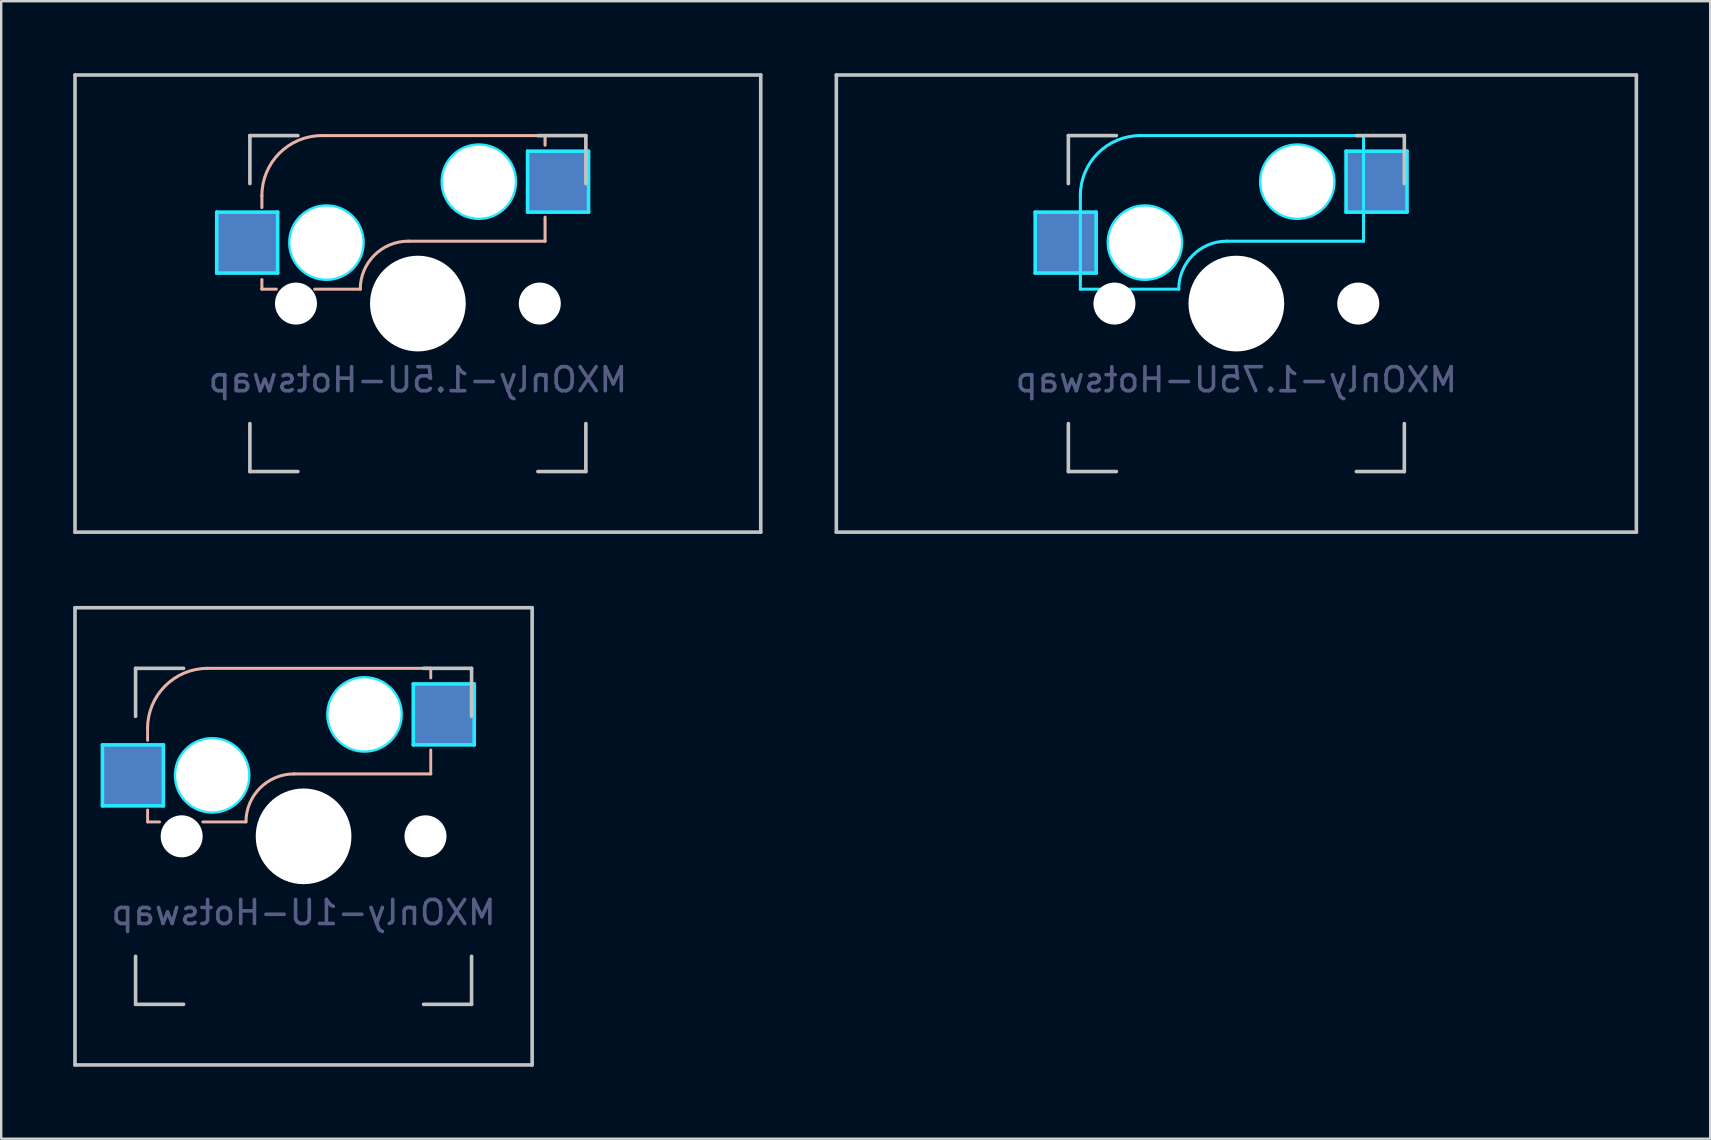
<source format=kicad_pcb>
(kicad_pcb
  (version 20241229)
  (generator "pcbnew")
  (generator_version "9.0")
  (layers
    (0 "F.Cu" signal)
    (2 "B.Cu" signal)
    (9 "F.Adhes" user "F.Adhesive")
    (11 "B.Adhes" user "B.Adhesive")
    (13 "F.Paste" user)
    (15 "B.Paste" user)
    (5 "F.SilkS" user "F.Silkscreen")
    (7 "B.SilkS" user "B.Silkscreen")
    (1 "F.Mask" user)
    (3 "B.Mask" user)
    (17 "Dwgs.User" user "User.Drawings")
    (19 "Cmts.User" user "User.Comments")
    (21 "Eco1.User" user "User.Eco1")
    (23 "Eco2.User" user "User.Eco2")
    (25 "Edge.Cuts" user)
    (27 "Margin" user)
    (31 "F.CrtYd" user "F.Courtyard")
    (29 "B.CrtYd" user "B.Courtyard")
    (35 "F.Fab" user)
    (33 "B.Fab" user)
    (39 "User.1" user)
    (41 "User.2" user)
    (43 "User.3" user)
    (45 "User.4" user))
  (footprint "MXOnly-1.5U-Hotswap"
    (layer "F.Cu")
    (at 14.363 9.6)
    (property "Reference" "MXOnly-1.5U-Hotswap" (at 0 3.175 0) (layer "B.Fab") (effects (font (size 1 1) (thickness 0.15)) (justify mirror)))
    (attr smd)
    (fp_line (start -6.5 -4.5) (end -6.5 -4) (stroke (width 0.127) (type solid)) (layer "B.SilkS"))
    (fp_line (start -6.5 -1) (end -6.5 -0.6) (stroke (width 0.127) (type solid)) (layer "B.SilkS"))
    (fp_line (start -6.5 -0.6) (end -5.9 -0.6) (stroke (width 0.127) (type solid)) (layer "B.SilkS"))
    (fp_line (start -4.3 -0.6) (end -2.4 -0.6) (stroke (width 0.127) (type solid)) (layer "B.SilkS"))
    (fp_line (start -0.4 -2.6) (end 5.3 -2.6) (stroke (width 0.127) (type solid)) (layer "B.SilkS"))
    (fp_line (start 5.3 -7) (end -4 -7) (stroke (width 0.127) (type solid)) (layer "B.SilkS"))
    (fp_line (start 5.3 -7) (end 5.3 -6.6) (stroke (width 0.127) (type solid)) (layer "B.SilkS"))
    (fp_line (start 5.3 -3.6) (end 5.3 -2.6) (stroke (width 0.127) (type solid)) (layer "B.SilkS"))
    (fp_arc (start -6.5 -4.5) (mid -5.767767 -6.267767) (end -4 -7) (stroke (width 0.127) (type solid)) (layer "B.SilkS"))
    (fp_arc (start -2.4 -0.6) (mid -1.814214 -2.014214) (end -0.4 -2.6) (stroke (width 0.127) (type solid)) (layer "B.SilkS"))
    (fp_line (start -14.287 -9.525) (end 14.287 -9.525) (stroke (width 0.15) (type solid)) (layer "Dwgs.User"))
    (fp_line (start -14.287 9.525) (end -14.287 -9.525) (stroke (width 0.15) (type solid)) (layer "Dwgs.User"))
    (fp_line (start -7 -7) (end -7 -5) (stroke (width 0.15) (type solid)) (layer "Dwgs.User"))
    (fp_line (start -7 5) (end -7 7) (stroke (width 0.15) (type solid)) (layer "Dwgs.User"))
    (fp_line (start -7 7) (end -5 7) (stroke (width 0.15) (type solid)) (layer "Dwgs.User"))
    (fp_line (start -5 -7) (end -7 -7) (stroke (width 0.15) (type solid)) (layer "Dwgs.User"))
    (fp_line (start 5 -7) (end 7 -7) (stroke (width 0.15) (type solid)) (layer "Dwgs.User"))
    (fp_line (start 5 7) (end 7 7) (stroke (width 0.15) (type solid)) (layer "Dwgs.User"))
    (fp_line (start 7 -7) (end 7 -5) (stroke (width 0.15) (type solid)) (layer "Dwgs.User"))
    (fp_line (start 7 7) (end 7 5) (stroke (width 0.15) (type solid)) (layer "Dwgs.User"))
    (fp_line (start 14.287 -9.525) (end 14.287 9.525) (stroke (width 0.15) (type solid)) (layer "Dwgs.User"))
    (fp_line (start 14.287 9.525) (end -14.287 9.525) (stroke (width 0.15) (type solid)) (layer "Dwgs.User"))
    (fp_line (start -8.382 -3.81) (end -5.842 -3.81) (stroke (width 0.15) (type solid)) (layer "B.CrtYd"))
    (fp_line (start -8.382 -1.27) (end -8.382 -3.81) (stroke (width 0.15) (type solid)) (layer "B.CrtYd"))
    (fp_line (start -5.842 -3.81) (end -5.842 -1.27) (stroke (width 0.15) (type solid)) (layer "B.CrtYd"))
    (fp_line (start -5.842 -1.27) (end -8.382 -1.27) (stroke (width 0.15) (type solid)) (layer "B.CrtYd"))
    (fp_line (start 4.572 -6.35) (end 7.112 -6.35) (stroke (width 0.15) (type solid)) (layer "B.CrtYd"))
    (fp_line (start 4.572 -3.81) (end 4.572 -6.35) (stroke (width 0.15) (type solid)) (layer "B.CrtYd"))
    (fp_line (start 7.112 -6.35) (end 7.112 -3.81) (stroke (width 0.15) (type solid)) (layer "B.CrtYd"))
    (fp_line (start 7.112 -3.81) (end 4.572 -3.81) (stroke (width 0.15) (type solid)) (layer "B.CrtYd"))
    (fp_circle (center -3.81 -2.54) (end -3.81 -4.064) (stroke (width 0.15) (type solid)) (fill no) (layer "B.CrtYd"))
    (fp_circle (center 2.54 -5.08) (end 2.54 -6.604) (stroke (width 0.15) (type solid)) (fill no) (layer "B.CrtYd"))
    (pad "" np_thru_hole circle (at -5.08 0 48.1) (size 1.75 1.75) (drill 1.75) (layers "*.Cu" "*.Mask"))
    (pad "" np_thru_hole circle (at -3.81 -2.54) (size 3 3) (drill 3) (layers "*.Cu" "*.Mask"))
    (pad "" np_thru_hole circle (at 0 0) (size 3.988 3.988) (drill 3.988) (layers "*.Cu" "*.Mask"))
    (pad "" np_thru_hole circle (at 2.54 -5.08) (size 3 3) (drill 3) (layers "*.Cu" "*.Mask"))
    (pad "" np_thru_hole circle (at 5.08 0 48.1) (size 1.75 1.75) (drill 1.75) (layers "*.Cu" "*.Mask"))
    (pad "1" smd rect (at -7.085 -2.54) (size 2.55 2.5) (layers "B.Cu" "B.Mask" "B.Paste"))
    (pad "2" smd rect (at 5.842 -5.08) (size 2.55 2.5) (layers "B.Cu" "B.Mask" "B.Paste")))
  (footprint "MXOnly-1U-Hotswap"
    (layer "F.Cu")
    (at 9.6 31.8)
    (property "Reference" "MXOnly-1U-Hotswap" (at 0 3.175 0) (layer "B.Fab") (effects (font (size 1 1) (thickness 0.15)) (justify mirror)))
    (attr smd)
    (fp_line (start -6.5 -4.5) (end -6.5 -4) (stroke (width 0.12) (type solid)) (layer "B.SilkS"))
    (fp_line (start -6.5 -0.6) (end -6.5 -1.1) (stroke (width 0.12) (type solid)) (layer "B.SilkS"))
    (fp_line (start -6.5 -0.6) (end -6 -0.6) (stroke (width 0.12) (type solid)) (layer "B.SilkS"))
    (fp_line (start -2.4 -0.6) (end -4.2 -0.6) (stroke (width 0.12) (type solid)) (layer "B.SilkS"))
    (fp_line (start -0.4 -2.6) (end 5.3 -2.6) (stroke (width 0.127) (type solid)) (layer "B.SilkS"))
    (fp_line (start 5.3 -7) (end -4 -7) (stroke (width 0.127) (type solid)) (layer "B.SilkS"))
    (fp_line (start 5.3 -7) (end 5.3 -6.6) (stroke (width 0.12) (type solid)) (layer "B.SilkS"))
    (fp_line (start 5.3 -2.6) (end 5.3 -3.6) (stroke (width 0.12) (type solid)) (layer "B.SilkS"))
    (fp_arc (start -6.5 -4.5) (mid -5.767767 -6.267767) (end -4 -7) (stroke (width 0.127) (type solid)) (layer "B.SilkS"))
    (fp_arc (start -2.4 -0.6) (mid -1.814214 -2.014214) (end -0.4 -2.6) (stroke (width 0.127) (type solid)) (layer "B.SilkS"))
    (fp_line (start -9.525 -9.525) (end 9.525 -9.525) (stroke (width 0.15) (type solid)) (layer "Dwgs.User"))
    (fp_line (start -9.525 9.525) (end -9.525 -9.525) (stroke (width 0.15) (type solid)) (layer "Dwgs.User"))
    (fp_line (start -7 -7) (end -7 -5) (stroke (width 0.15) (type solid)) (layer "Dwgs.User"))
    (fp_line (start -7 5) (end -7 7) (stroke (width 0.15) (type solid)) (layer "Dwgs.User"))
    (fp_line (start -7 7) (end -5 7) (stroke (width 0.15) (type solid)) (layer "Dwgs.User"))
    (fp_line (start -5 -7) (end -7 -7) (stroke (width 0.15) (type solid)) (layer "Dwgs.User"))
    (fp_line (start 5 -7) (end 7 -7) (stroke (width 0.15) (type solid)) (layer "Dwgs.User"))
    (fp_line (start 5 7) (end 7 7) (stroke (width 0.15) (type solid)) (layer "Dwgs.User"))
    (fp_line (start 7 -7) (end 7 -5) (stroke (width 0.15) (type solid)) (layer "Dwgs.User"))
    (fp_line (start 7 7) (end 7 5) (stroke (width 0.15) (type solid)) (layer "Dwgs.User"))
    (fp_line (start 9.525 -9.525) (end 9.525 9.525) (stroke (width 0.15) (type solid)) (layer "Dwgs.User"))
    (fp_line (start 9.525 9.525) (end -9.525 9.525) (stroke (width 0.15) (type solid)) (layer "Dwgs.User"))
    (fp_line (start -8.382 -3.81) (end -8.382 -1.27) (stroke (width 0.15) (type solid)) (layer "B.CrtYd"))
    (fp_line (start -8.382 -1.27) (end -5.842 -1.27) (stroke (width 0.15) (type solid)) (layer "B.CrtYd"))
    (fp_line (start -5.842 -3.81) (end -8.382 -3.81) (stroke (width 0.15) (type solid)) (layer "B.CrtYd"))
    (fp_line (start -5.842 -1.27) (end -5.842 -3.81) (stroke (width 0.15) (type solid)) (layer "B.CrtYd"))
    (fp_line (start 4.572 -6.35) (end 7.112 -6.35) (stroke (width 0.15) (type solid)) (layer "B.CrtYd"))
    (fp_line (start 4.572 -3.81) (end 4.572 -6.35) (stroke (width 0.15) (type solid)) (layer "B.CrtYd"))
    (fp_line (start 7.112 -6.35) (end 7.112 -3.81) (stroke (width 0.15) (type solid)) (layer "B.CrtYd"))
    (fp_line (start 7.112 -3.81) (end 4.572 -3.81) (stroke (width 0.15) (type solid)) (layer "B.CrtYd"))
    (fp_circle (center -3.81 -2.54) (end -3.81 -4.064) (stroke (width 0.15) (type solid)) (fill no) (layer "B.CrtYd"))
    (fp_circle (center 2.54 -5.08) (end 2.54 -6.604) (stroke (width 0.15) (type solid)) (fill no) (layer "B.CrtYd"))
    (pad "" np_thru_hole circle (at -5.08 0 48.1) (size 1.75 1.75) (drill 1.75) (layers "*.Cu" "*.Mask"))
    (pad "" np_thru_hole circle (at -3.81 -2.54) (size 3 3) (drill 3) (layers "*.Cu" "*.Mask"))
    (pad "" np_thru_hole circle (at 0 0) (size 3.988 3.988) (drill 3.988) (layers "*.Cu" "*.Mask"))
    (pad "" np_thru_hole circle (at 2.54 -5.08) (size 3 3) (drill 3) (layers "*.Cu" "*.Mask"))
    (pad "" np_thru_hole circle (at 5.08 0 48.1) (size 1.75 1.75) (drill 1.75) (layers "*.Cu" "*.Mask"))
    (pad "1" smd rect (at -7.085 -2.54) (size 2.55 2.5) (layers "B.Cu" "B.Mask" "B.Paste"))
    (pad "2" smd rect (at 5.842 -5.08) (size 2.55 2.5) (layers "B.Cu" "B.Mask" "B.Paste")))
  (footprint "MXOnly-1.75U-Hotswap"
    (layer "F.Cu")
    (at 48.469 9.6)
    (property "Reference" "MXOnly-1.75U-Hotswap" (at 0 3.175 0) (layer "B.Fab") (effects (font (size 1 1) (thickness 0.15)) (justify mirror)))
    (attr smd)
    (fp_line (start -16.669 -9.525) (end 16.669 -9.525) (stroke (width 0.15) (type solid)) (layer "Dwgs.User"))
    (fp_line (start -16.669 9.525) (end -16.669 -9.525) (stroke (width 0.15) (type solid)) (layer "Dwgs.User"))
    (fp_line (start -7 -7) (end -7 -5) (stroke (width 0.15) (type solid)) (layer "Dwgs.User"))
    (fp_line (start -7 5) (end -7 7) (stroke (width 0.15) (type solid)) (layer "Dwgs.User"))
    (fp_line (start -7 7) (end -5 7) (stroke (width 0.15) (type solid)) (layer "Dwgs.User"))
    (fp_line (start -5 -7) (end -7 -7) (stroke (width 0.15) (type solid)) (layer "Dwgs.User"))
    (fp_line (start 5 -7) (end 7 -7) (stroke (width 0.15) (type solid)) (layer "Dwgs.User"))
    (fp_line (start 5 7) (end 7 7) (stroke (width 0.15) (type solid)) (layer "Dwgs.User"))
    (fp_line (start 7 -7) (end 7 -5) (stroke (width 0.15) (type solid)) (layer "Dwgs.User"))
    (fp_line (start 7 7) (end 7 5) (stroke (width 0.15) (type solid)) (layer "Dwgs.User"))
    (fp_line (start 16.669 -9.525) (end 16.669 9.525) (stroke (width 0.15) (type solid)) (layer "Dwgs.User"))
    (fp_line (start 16.669 9.525) (end -16.669 9.525) (stroke (width 0.15) (type solid)) (layer "Dwgs.User"))
    (fp_line (start -8.382 -3.81) (end -5.842 -3.81) (stroke (width 0.15) (type solid)) (layer "B.CrtYd"))
    (fp_line (start -8.382 -1.27) (end -8.382 -3.81) (stroke (width 0.15) (type solid)) (layer "B.CrtYd"))
    (fp_line (start -6.5 -4.5) (end -6.5 -0.6) (stroke (width 0.127) (type solid)) (layer "B.CrtYd"))
    (fp_line (start -6.5 -0.6) (end -2.4 -0.6) (stroke (width 0.127) (type solid)) (layer "B.CrtYd"))
    (fp_line (start -5.842 -3.81) (end -5.842 -1.27) (stroke (width 0.15) (type solid)) (layer "B.CrtYd"))
    (fp_line (start -5.842 -1.27) (end -8.382 -1.27) (stroke (width 0.15) (type solid)) (layer "B.CrtYd"))
    (fp_line (start -0.4 -2.6) (end 5.3 -2.6) (stroke (width 0.127) (type solid)) (layer "B.CrtYd"))
    (fp_line (start 4.572 -6.35) (end 7.112 -6.35) (stroke (width 0.15) (type solid)) (layer "B.CrtYd"))
    (fp_line (start 4.572 -3.81) (end 4.572 -6.35) (stroke (width 0.15) (type solid)) (layer "B.CrtYd"))
    (fp_line (start 5.3 -7) (end -4 -7) (stroke (width 0.127) (type solid)) (layer "B.CrtYd"))
    (fp_line (start 5.3 -7) (end 5.3 -2.6) (stroke (width 0.127) (type solid)) (layer "B.CrtYd"))
    (fp_line (start 7.112 -6.35) (end 7.112 -3.81) (stroke (width 0.15) (type solid)) (layer "B.CrtYd"))
    (fp_line (start 7.112 -3.81) (end 4.572 -3.81) (stroke (width 0.15) (type solid)) (layer "B.CrtYd"))
    (fp_arc (start -6.5 -4.5) (mid -5.767767 -6.267767) (end -4 -7) (stroke (width 0.127) (type solid)) (layer "B.CrtYd"))
    (fp_arc (start -2.4 -0.6) (mid -1.814214 -2.014214) (end -0.4 -2.6) (stroke (width 0.127) (type solid)) (layer "B.CrtYd"))
    (fp_circle (center -3.81 -2.54) (end -3.81 -4.064) (stroke (width 0.15) (type solid)) (fill no) (layer "B.CrtYd"))
    (fp_circle (center 2.54 -5.08) (end 2.54 -6.604) (stroke (width 0.15) (type solid)) (fill no) (layer "B.CrtYd"))
    (pad "" np_thru_hole circle (at -5.08 0 48.1) (size 1.75 1.75) (drill 1.75) (layers "*.Cu" "*.Mask"))
    (pad "" np_thru_hole circle (at -3.81 -2.54) (size 3 3) (drill 3) (layers "*.Cu" "*.Mask"))
    (pad "" np_thru_hole circle (at 0 0) (size 3.988 3.988) (drill 3.988) (layers "*.Cu" "*.Mask"))
    (pad "" np_thru_hole circle (at 2.54 -5.08) (size 3 3) (drill 3) (layers "*.Cu" "*.Mask"))
    (pad "" np_thru_hole circle (at 5.08 0 48.1) (size 1.75 1.75) (drill 1.75) (layers "*.Cu" "*.Mask"))
    (pad "1" smd rect (at -7.085 -2.54) (size 2.55 2.5) (layers "B.Cu" "B.Mask" "B.Paste"))
    (pad "2" smd rect (at 5.842 -5.08) (size 2.55 2.5) (layers "B.Cu" "B.Mask" "B.Paste")))
  (gr_rect
    (start -3 -3)
    (end 68.213 44.4)
    (stroke (width 0.1) (type default))
    (fill no)
    (layer "Edge.Cuts")))
</source>
